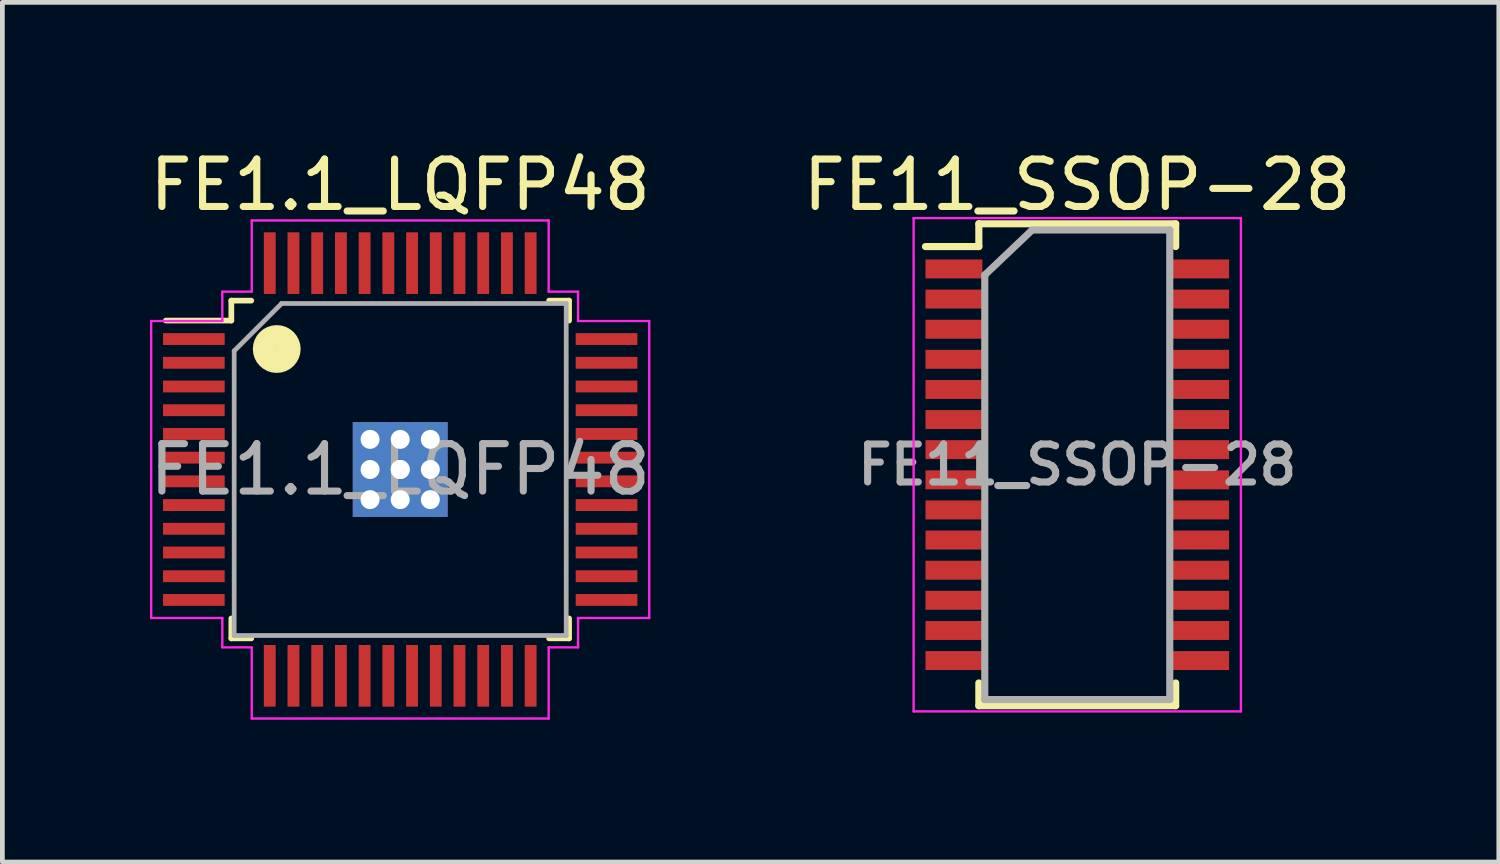
<source format=kicad_pcb>
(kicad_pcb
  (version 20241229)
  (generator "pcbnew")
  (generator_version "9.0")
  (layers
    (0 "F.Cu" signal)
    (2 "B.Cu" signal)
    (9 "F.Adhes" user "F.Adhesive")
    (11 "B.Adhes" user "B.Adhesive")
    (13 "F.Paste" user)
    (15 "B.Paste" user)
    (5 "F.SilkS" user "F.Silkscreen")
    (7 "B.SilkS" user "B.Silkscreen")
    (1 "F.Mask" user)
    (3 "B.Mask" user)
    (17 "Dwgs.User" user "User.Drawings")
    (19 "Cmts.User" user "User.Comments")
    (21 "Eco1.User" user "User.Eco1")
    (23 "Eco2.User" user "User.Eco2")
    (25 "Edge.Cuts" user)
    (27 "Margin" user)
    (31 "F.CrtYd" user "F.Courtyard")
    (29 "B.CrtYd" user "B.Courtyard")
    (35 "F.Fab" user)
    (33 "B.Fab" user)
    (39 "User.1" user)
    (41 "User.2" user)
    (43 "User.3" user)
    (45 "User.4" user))
  (footprint "FE1.1_LQFP48"
    (layer "F.Cu")
    (at 5.387 6.848)
    (property "Reference" "FE1.1_LQFP48" (at 0 -6 0) (layer "F.SilkS") (effects (font (size 1 1) (thickness 0.15))))
    (attr smd)
    (fp_line (start -3.56 -3.56) (end -3.56 -3.14) (stroke (width 0.12) (type solid)) (layer "F.SilkS"))
    (fp_line (start -3.56 -3.56) (end -3.14 -3.56) (stroke (width 0.12) (type solid)) (layer "F.SilkS"))
    (fp_line (start -3.56 -3.14) (end -4.94 -3.14) (stroke (width 0.12) (type solid)) (layer "F.SilkS"))
    (fp_line (start -3.56 3.56) (end -3.56 3.14) (stroke (width 0.12) (type solid)) (layer "F.SilkS"))
    (fp_line (start -3.56 3.56) (end -3.14 3.56) (stroke (width 0.12) (type solid)) (layer "F.SilkS"))
    (fp_line (start 3.56 -3.56) (end 3.14 -3.56) (stroke (width 0.12) (type solid)) (layer "F.SilkS"))
    (fp_line (start 3.56 -3.56) (end 3.56 -3.14) (stroke (width 0.12) (type solid)) (layer "F.SilkS"))
    (fp_line (start 3.56 3.56) (end 3.14 3.56) (stroke (width 0.12) (type solid)) (layer "F.SilkS"))
    (fp_line (start 3.56 3.56) (end 3.56 3.14) (stroke (width 0.12) (type solid)) (layer "F.SilkS"))
    (fp_circle (center -2.603 -2.54) (end -2.349 -2.54) (stroke (width 0.5) (type solid)) (fill no) (layer "F.SilkS"))
    (fp_line (start -5.25 -3.13) (end -5.25 3.13) (stroke (width 0.05) (type solid)) (layer "F.CrtYd"))
    (fp_line (start -3.75 -3.13) (end -5.25 -3.13) (stroke (width 0.05) (type solid)) (layer "F.CrtYd"))
    (fp_line (start -3.75 -3.13) (end -3.75 -3.75) (stroke (width 0.05) (type solid)) (layer "F.CrtYd"))
    (fp_line (start -3.75 3.13) (end -5.25 3.13) (stroke (width 0.05) (type solid)) (layer "F.CrtYd"))
    (fp_line (start -3.75 3.13) (end -3.75 3.75) (stroke (width 0.05) (type solid)) (layer "F.CrtYd"))
    (fp_line (start -3.13 -5.25) (end 3.13 -5.25) (stroke (width 0.05) (type solid)) (layer "F.CrtYd"))
    (fp_line (start -3.13 -3.75) (end -3.75 -3.75) (stroke (width 0.05) (type solid)) (layer "F.CrtYd"))
    (fp_line (start -3.13 -3.75) (end -3.13 -5.25) (stroke (width 0.05) (type solid)) (layer "F.CrtYd"))
    (fp_line (start -3.13 3.75) (end -3.75 3.75) (stroke (width 0.05) (type solid)) (layer "F.CrtYd"))
    (fp_line (start -3.13 3.75) (end -3.13 5.25) (stroke (width 0.05) (type solid)) (layer "F.CrtYd"))
    (fp_line (start -3.13 5.25) (end 3.13 5.25) (stroke (width 0.05) (type solid)) (layer "F.CrtYd"))
    (fp_line (start 3.13 -3.75) (end 3.13 -5.25) (stroke (width 0.05) (type solid)) (layer "F.CrtYd"))
    (fp_line (start 3.13 -3.75) (end 3.75 -3.75) (stroke (width 0.05) (type solid)) (layer "F.CrtYd"))
    (fp_line (start 3.13 3.75) (end 3.75 3.75) (stroke (width 0.05) (type solid)) (layer "F.CrtYd"))
    (fp_line (start 3.13 5.25) (end 3.13 3.75) (stroke (width 0.05) (type solid)) (layer "F.CrtYd"))
    (fp_line (start 3.75 -3.13) (end 3.75 -3.75) (stroke (width 0.05) (type solid)) (layer "F.CrtYd"))
    (fp_line (start 3.75 -3.13) (end 5.25 -3.13) (stroke (width 0.05) (type solid)) (layer "F.CrtYd"))
    (fp_line (start 3.75 3.13) (end 3.75 3.75) (stroke (width 0.05) (type solid)) (layer "F.CrtYd"))
    (fp_line (start 3.75 3.13) (end 5.25 3.13) (stroke (width 0.05) (type solid)) (layer "F.CrtYd"))
    (fp_line (start 5.25 -3.13) (end 5.25 3.13) (stroke (width 0.05) (type solid)) (layer "F.CrtYd"))
    (fp_line (start -3.5 -2.5) (end -2.5 -3.5) (stroke (width 0.1) (type solid)) (layer "F.Fab"))
    (fp_line (start -3.5 3.5) (end -3.5 -2.5) (stroke (width 0.1) (type solid)) (layer "F.Fab"))
    (fp_line (start -2.5 -3.5) (end 3.5 -3.5) (stroke (width 0.1) (type solid)) (layer "F.Fab"))
    (fp_line (start 3.5 -3.5) (end 3.5 3.5) (stroke (width 0.1) (type solid)) (layer "F.Fab"))
    (fp_line (start 3.5 3.5) (end -3.5 3.5) (stroke (width 0.1) (type solid)) (layer "F.Fab"))
    (fp_text user "${REFERENCE}" (at 0 0 0) (layer "F.Fab") (effects (font (size 1 1) (thickness 0.15))))
    (pad "" thru_hole circle (at -0.635 -0.635) (size 0.5 0.5) (drill 0.4) (layers "*.Cu"))
    (pad "" thru_hole circle (at -0.635 0) (size 0.5 0.5) (drill 0.4) (layers "*.Cu"))
    (pad "" thru_hole circle (at -0.635 0.635) (size 0.5 0.5) (drill 0.4) (layers "*.Cu"))
    (pad "" thru_hole circle (at 0 -0.635) (size 0.5 0.5) (drill 0.4) (layers "*.Cu"))
    (pad "" thru_hole circle (at 0 0) (size 0.5 0.5) (drill 0.4) (layers "*.Cu"))
    (pad "" thru_hole circle (at 0 0.635) (size 0.5 0.5) (drill 0.4) (layers "*.Cu"))
    (pad "" thru_hole circle (at 0.635 -0.635) (size 0.5 0.5) (drill 0.4) (layers "*.Cu"))
    (pad "" thru_hole circle (at 0.635 0) (size 0.5 0.5) (drill 0.4) (layers "*.Cu"))
    (pad "" thru_hole circle (at 0.635 0.635) (size 0.5 0.5) (drill 0.4) (layers "*.Cu"))
    (pad "1" smd rect (at -4.35 -2.75) (size 1.3 0.25) (layers "F.Cu" "F.Mask" "F.Paste"))
    (pad "2" smd rect (at -4.35 -2.25) (size 1.3 0.25) (layers "F.Cu" "F.Mask" "F.Paste"))
    (pad "3" smd rect (at -4.35 -1.75) (size 1.3 0.25) (layers "F.Cu" "F.Mask" "F.Paste"))
    (pad "4" smd rect (at -4.35 -1.25) (size 1.3 0.25) (layers "F.Cu" "F.Mask" "F.Paste"))
    (pad "5" smd rect (at -4.35 -0.75) (size 1.3 0.25) (layers "F.Cu" "F.Mask" "F.Paste"))
    (pad "6" smd rect (at -4.35 -0.25) (size 1.3 0.25) (layers "F.Cu" "F.Mask" "F.Paste"))
    (pad "6" thru_hole rect (at 0 0) (size 2 2) (drill 0.4) (layers "*.Cu"))
    (pad "7" smd rect (at -4.35 0.25) (size 1.3 0.25) (layers "F.Cu" "F.Mask" "F.Paste"))
    (pad "8" smd rect (at -4.35 0.75) (size 1.3 0.25) (layers "F.Cu" "F.Mask" "F.Paste"))
    (pad "9" smd rect (at -4.35 1.25) (size 1.3 0.25) (layers "F.Cu" "F.Mask" "F.Paste"))
    (pad "10" smd rect (at -4.35 1.75) (size 1.3 0.25) (layers "F.Cu" "F.Mask" "F.Paste"))
    (pad "11" smd rect (at -4.35 2.25) (size 1.3 0.25) (layers "F.Cu" "F.Mask" "F.Paste"))
    (pad "12" smd rect (at -4.35 2.75) (size 1.3 0.25) (layers "F.Cu" "F.Mask" "F.Paste"))
    (pad "13" smd rect (at -2.75 4.35 90) (size 1.3 0.25) (layers "F.Cu" "F.Mask" "F.Paste"))
    (pad "14" smd rect (at -2.25 4.35 90) (size 1.3 0.25) (layers "F.Cu" "F.Mask" "F.Paste"))
    (pad "15" smd rect (at -1.75 4.35 90) (size 1.3 0.25) (layers "F.Cu" "F.Mask" "F.Paste"))
    (pad "16" smd rect (at -1.25 4.35 90) (size 1.3 0.25) (layers "F.Cu" "F.Mask" "F.Paste"))
    (pad "17" smd rect (at -0.75 4.35 90) (size 1.3 0.25) (layers "F.Cu" "F.Mask" "F.Paste"))
    (pad "18" smd rect (at -0.25 4.35 90) (size 1.3 0.25) (layers "F.Cu" "F.Mask" "F.Paste"))
    (pad "19" smd rect (at 0.25 4.35 90) (size 1.3 0.25) (layers "F.Cu" "F.Mask" "F.Paste"))
    (pad "20" smd rect (at 0.75 4.35 90) (size 1.3 0.25) (layers "F.Cu" "F.Mask" "F.Paste"))
    (pad "21" smd rect (at 1.25 4.35 90) (size 1.3 0.25) (layers "F.Cu" "F.Mask" "F.Paste"))
    (pad "22" smd rect (at 1.75 4.35 90) (size 1.3 0.25) (layers "F.Cu" "F.Mask" "F.Paste"))
    (pad "23" smd rect (at 2.25 4.35 90) (size 1.3 0.25) (layers "F.Cu" "F.Mask" "F.Paste"))
    (pad "24" smd rect (at 2.75 4.35 90) (size 1.3 0.25) (layers "F.Cu" "F.Mask" "F.Paste"))
    (pad "25" smd rect (at 4.35 2.75) (size 1.3 0.25) (layers "F.Cu" "F.Mask" "F.Paste"))
    (pad "26" smd rect (at 4.35 2.25) (size 1.3 0.25) (layers "F.Cu" "F.Mask" "F.Paste"))
    (pad "27" smd rect (at 4.35 1.75) (size 1.3 0.25) (layers "F.Cu" "F.Mask" "F.Paste"))
    (pad "28" smd rect (at 4.35 1.25) (size 1.3 0.25) (layers "F.Cu" "F.Mask" "F.Paste"))
    (pad "29" smd rect (at 4.35 0.75) (size 1.3 0.25) (layers "F.Cu" "F.Mask" "F.Paste"))
    (pad "30" smd rect (at 4.35 0.25) (size 1.3 0.25) (layers "F.Cu" "F.Mask" "F.Paste"))
    (pad "31" smd rect (at 4.35 -0.25) (size 1.3 0.25) (layers "F.Cu" "F.Mask" "F.Paste"))
    (pad "32" smd rect (at 4.35 -0.75) (size 1.3 0.25) (layers "F.Cu" "F.Mask" "F.Paste"))
    (pad "33" smd rect (at 4.35 -1.25) (size 1.3 0.25) (layers "F.Cu" "F.Mask" "F.Paste"))
    (pad "34" smd rect (at 4.35 -1.75) (size 1.3 0.25) (layers "F.Cu" "F.Mask" "F.Paste"))
    (pad "35" smd rect (at 4.35 -2.25) (size 1.3 0.25) (layers "F.Cu" "F.Mask" "F.Paste"))
    (pad "36" smd rect (at 4.35 -2.75) (size 1.3 0.25) (layers "F.Cu" "F.Mask" "F.Paste"))
    (pad "37" smd rect (at 2.75 -4.35 90) (size 1.3 0.25) (layers "F.Cu" "F.Mask" "F.Paste"))
    (pad "38" smd rect (at 2.25 -4.35 90) (size 1.3 0.25) (layers "F.Cu" "F.Mask" "F.Paste"))
    (pad "39" smd rect (at 1.75 -4.35 90) (size 1.3 0.25) (layers "F.Cu" "F.Mask" "F.Paste"))
    (pad "40" smd rect (at 1.25 -4.35 90) (size 1.3 0.25) (layers "F.Cu" "F.Mask" "F.Paste"))
    (pad "41" smd rect (at 0.75 -4.35 90) (size 1.3 0.25) (layers "F.Cu" "F.Mask" "F.Paste"))
    (pad "42" smd rect (at 0.25 -4.35 90) (size 1.3 0.25) (layers "F.Cu" "F.Mask" "F.Paste"))
    (pad "43" smd rect (at -0.25 -4.35 90) (size 1.3 0.25) (layers "F.Cu" "F.Mask" "F.Paste"))
    (pad "44" smd rect (at -0.75 -4.35 90) (size 1.3 0.25) (layers "F.Cu" "F.Mask" "F.Paste"))
    (pad "45" smd rect (at -1.25 -4.35 90) (size 1.3 0.25) (layers "F.Cu" "F.Mask" "F.Paste"))
    (pad "46" smd rect (at -1.75 -4.35 90) (size 1.3 0.25) (layers "F.Cu" "F.Mask" "F.Paste"))
    (pad "47" smd rect (at -2.25 -4.35 90) (size 1.3 0.25) (layers "F.Cu" "F.Mask" "F.Paste"))
    (pad "48" smd rect (at -2.75 -4.35 90) (size 1.3 0.25) (layers "F.Cu" "F.Mask" "F.Paste")))
  (footprint "FE11_SSOP-28"
    (layer "F.Cu")
    (at 19.661 6.748)
    (property "Reference" "FE11_SSOP-28" (at 0 -5.9 0) (layer "F.SilkS") (effects (font (size 1 1) (thickness 0.15))))
    (attr smd)
    (fp_line (start -2.075 -5.08) (end -2.075 -4.6) (stroke (width 0.15) (type solid)) (layer "F.SilkS"))
    (fp_line (start -2.075 -5.08) (end 2.075 -5.08) (stroke (width 0.15) (type solid)) (layer "F.SilkS"))
    (fp_line (start -2.075 -4.6) (end -3.2 -4.6) (stroke (width 0.15) (type solid)) (layer "F.SilkS"))
    (fp_line (start -2.075 5.08) (end -2.075 4.6) (stroke (width 0.15) (type solid)) (layer "F.SilkS"))
    (fp_line (start -2.075 5.08) (end 2.075 5.08) (stroke (width 0.15) (type solid)) (layer "F.SilkS"))
    (fp_line (start 2.075 -5.08) (end 2.075 -4.6) (stroke (width 0.15) (type solid)) (layer "F.SilkS"))
    (fp_line (start 2.075 5.08) (end 2.075 4.6) (stroke (width 0.15) (type solid)) (layer "F.SilkS"))
    (fp_line (start -3.45 -5.2) (end -3.45 5.2) (stroke (width 0.05) (type solid)) (layer "F.CrtYd"))
    (fp_line (start -3.45 -5.2) (end 3.45 -5.2) (stroke (width 0.05) (type solid)) (layer "F.CrtYd"))
    (fp_line (start -3.45 5.2) (end 3.45 5.2) (stroke (width 0.05) (type solid)) (layer "F.CrtYd"))
    (fp_line (start 3.45 -5.2) (end 3.45 5.2) (stroke (width 0.05) (type solid)) (layer "F.CrtYd"))
    (fp_line (start -1.95 -4) (end -0.95 -4.95) (stroke (width 0.15) (type solid)) (layer "F.Fab"))
    (fp_line (start -1.95 4.95) (end -1.95 -4) (stroke (width 0.15) (type solid)) (layer "F.Fab"))
    (fp_line (start -0.95 -4.95) (end 1.95 -4.95) (stroke (width 0.15) (type solid)) (layer "F.Fab"))
    (fp_line (start 1.95 -4.95) (end 1.95 4.95) (stroke (width 0.15) (type solid)) (layer "F.Fab"))
    (fp_line (start 1.95 4.95) (end -1.95 4.95) (stroke (width 0.15) (type solid)) (layer "F.Fab"))
    (fp_text user "${REFERENCE}" (at 0 0 0) (layer "F.Fab") (effects (font (size 0.8 0.8) (thickness 0.15))))
    (pad "1" smd rect (at -2.6 -4.128) (size 1.2 0.4) (layers "F.Cu" "F.Mask" "F.Paste"))
    (pad "2" smd rect (at -2.6 -3.493) (size 1.2 0.4) (layers "F.Cu" "F.Mask" "F.Paste"))
    (pad "3" smd rect (at -2.6 -2.857) (size 1.2 0.4) (layers "F.Cu" "F.Mask" "F.Paste"))
    (pad "4" smd rect (at -2.6 -2.223) (size 1.2 0.4) (layers "F.Cu" "F.Mask" "F.Paste"))
    (pad "5" smd rect (at -2.6 -1.587) (size 1.2 0.4) (layers "F.Cu" "F.Mask" "F.Paste"))
    (pad "6" smd rect (at -2.6 -0.953) (size 1.2 0.4) (layers "F.Cu" "F.Mask" "F.Paste"))
    (pad "7" smd rect (at -2.6 -0.318) (size 1.2 0.4) (layers "F.Cu" "F.Mask" "F.Paste"))
    (pad "8" smd rect (at -2.6 0.318) (size 1.2 0.4) (layers "F.Cu" "F.Mask" "F.Paste"))
    (pad "9" smd rect (at -2.6 0.953) (size 1.2 0.4) (layers "F.Cu" "F.Mask" "F.Paste"))
    (pad "10" smd rect (at -2.6 1.587) (size 1.2 0.4) (layers "F.Cu" "F.Mask" "F.Paste"))
    (pad "11" smd rect (at -2.6 2.223) (size 1.2 0.4) (layers "F.Cu" "F.Mask" "F.Paste"))
    (pad "12" smd rect (at -2.6 2.857) (size 1.2 0.4) (layers "F.Cu" "F.Mask" "F.Paste"))
    (pad "13" smd rect (at -2.6 3.493) (size 1.2 0.4) (layers "F.Cu" "F.Mask" "F.Paste"))
    (pad "14" smd rect (at -2.6 4.128) (size 1.2 0.4) (layers "F.Cu" "F.Mask" "F.Paste"))
    (pad "15" smd rect (at 2.6 4.128) (size 1.2 0.4) (layers "F.Cu" "F.Mask" "F.Paste"))
    (pad "16" smd rect (at 2.6 3.493) (size 1.2 0.4) (layers "F.Cu" "F.Mask" "F.Paste"))
    (pad "17" smd rect (at 2.6 2.857) (size 1.2 0.4) (layers "F.Cu" "F.Mask" "F.Paste"))
    (pad "18" smd rect (at 2.6 2.223) (size 1.2 0.4) (layers "F.Cu" "F.Mask" "F.Paste"))
    (pad "19" smd rect (at 2.6 1.587) (size 1.2 0.4) (layers "F.Cu" "F.Mask" "F.Paste"))
    (pad "20" smd rect (at 2.6 0.953) (size 1.2 0.4) (layers "F.Cu" "F.Mask" "F.Paste"))
    (pad "21" smd rect (at 2.6 0.318) (size 1.2 0.4) (layers "F.Cu" "F.Mask" "F.Paste"))
    (pad "22" smd rect (at 2.6 -0.318) (size 1.2 0.4) (layers "F.Cu" "F.Mask" "F.Paste"))
    (pad "23" smd rect (at 2.6 -0.953) (size 1.2 0.4) (layers "F.Cu" "F.Mask" "F.Paste"))
    (pad "24" smd rect (at 2.6 -1.587) (size 1.2 0.4) (layers "F.Cu" "F.Mask" "F.Paste"))
    (pad "25" smd rect (at 2.6 -2.223) (size 1.2 0.4) (layers "F.Cu" "F.Mask" "F.Paste"))
    (pad "26" smd rect (at 2.6 -2.857) (size 1.2 0.4) (layers "F.Cu" "F.Mask" "F.Paste"))
    (pad "27" smd rect (at 2.6 -3.493) (size 1.2 0.4) (layers "F.Cu" "F.Mask" "F.Paste"))
    (pad "28" smd rect (at 2.6 -4.128) (size 1.2 0.4) (layers "F.Cu" "F.Mask" "F.Paste")))
  (gr_rect
    (start -3 -3)
    (end 28.548 15.123)
    (stroke (width 0.1) (type default))
    (fill no)
    (layer "Edge.Cuts")))
</source>
